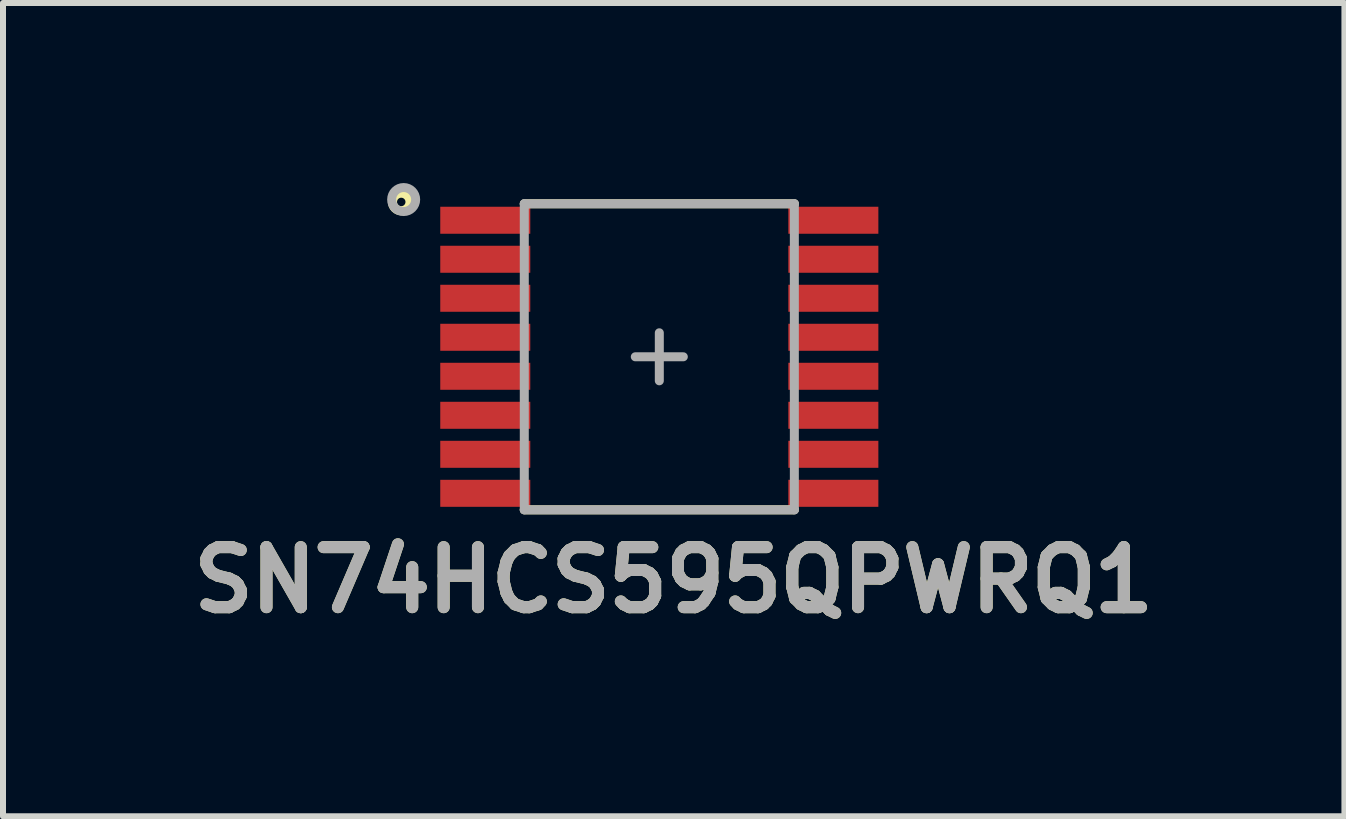
<source format=kicad_pcb>
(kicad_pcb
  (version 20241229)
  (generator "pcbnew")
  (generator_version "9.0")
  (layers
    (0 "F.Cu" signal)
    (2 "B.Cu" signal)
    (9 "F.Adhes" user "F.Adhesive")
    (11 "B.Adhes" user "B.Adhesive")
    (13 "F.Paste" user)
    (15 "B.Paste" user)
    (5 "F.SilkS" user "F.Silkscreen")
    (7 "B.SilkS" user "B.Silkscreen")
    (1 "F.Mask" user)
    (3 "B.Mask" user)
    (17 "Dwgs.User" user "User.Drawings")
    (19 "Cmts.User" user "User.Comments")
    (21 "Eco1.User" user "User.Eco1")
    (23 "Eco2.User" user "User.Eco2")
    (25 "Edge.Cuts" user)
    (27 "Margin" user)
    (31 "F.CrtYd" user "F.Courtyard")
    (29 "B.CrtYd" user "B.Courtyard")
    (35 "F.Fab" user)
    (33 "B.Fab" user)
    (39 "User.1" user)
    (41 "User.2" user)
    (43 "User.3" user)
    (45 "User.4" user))
  (footprint "SN74HCS595QPWRQ1"
    (layer "F.Cu")
    (at 7.936 2.895)
    (property "Reference" "SN74HCS595QPWRQ1" (at 0.24 3.72 0) (layer "F.SilkS") (effects (font (size 1 1) (thickness 0.2))))
    (attr through_hole)
    (fp_line (start -2.25 -2.55) (end 2.25 -2.55) (stroke (width 0.15) (type solid)) (layer "F.SilkS"))
    (fp_line (start -2.25 2.55) (end 2.25 2.55) (stroke (width 0.15) (type solid)) (layer "F.SilkS"))
    (fp_circle (center -4.3 -2.58) (end -4.193 -2.48) (stroke (width 0.152) (type solid)) (fill no) (layer "F.SilkS"))
    (fp_line (start -2.25 -2.55) (end -2.25 2.55) (stroke (width 0.15) (type solid)) (layer "F.Fab"))
    (fp_line (start -2.25 -2.55) (end 2.25 -2.55) (stroke (width 0.15) (type solid)) (layer "F.Fab"))
    (fp_line (start -2.25 2.55) (end 2.25 2.55) (stroke (width 0.15) (type solid)) (layer "F.Fab"))
    (fp_line (start -0.4 0) (end 0.4 0) (stroke (width 0.15) (type solid)) (layer "F.Fab"))
    (fp_line (start 0 -0.4) (end 0 0.4) (stroke (width 0.15) (type solid)) (layer "F.Fab"))
    (fp_line (start 2.25 -2.55) (end 2.25 2.55) (stroke (width 0.15) (type solid)) (layer "F.Fab"))
    (fp_circle (center -4.26 -2.62) (end -4.06 -2.62) (stroke (width 0.15) (type solid)) (fill no) (layer "F.Fab"))
    (fp_text user "${REFERENCE}" (at 0.24 3.72 0) (layer "F.Fab") (effects (font (size 1 1) (thickness 0.2))))
    (pad "1" smd rect (at -2.9 -2.275) (size 1.5 0.45) (layers "F.Cu" "F.Mask" "F.Paste"))
    (pad "2" smd rect (at -2.9 -1.625) (size 1.5 0.45) (layers "F.Cu" "F.Mask" "F.Paste"))
    (pad "3" smd rect (at -2.9 -0.975) (size 1.5 0.45) (layers "F.Cu" "F.Mask" "F.Paste"))
    (pad "4" smd rect (at -2.9 -0.325) (size 1.5 0.45) (layers "F.Cu" "F.Mask" "F.Paste"))
    (pad "5" smd rect (at -2.9 0.325) (size 1.5 0.45) (layers "F.Cu" "F.Mask" "F.Paste"))
    (pad "6" smd rect (at -2.9 0.975) (size 1.5 0.45) (layers "F.Cu" "F.Mask" "F.Paste"))
    (pad "7" smd rect (at -2.9 1.625) (size 1.5 0.45) (layers "F.Cu" "F.Mask" "F.Paste"))
    (pad "8" smd rect (at -2.9 2.275) (size 1.5 0.45) (layers "F.Cu" "F.Mask" "F.Paste"))
    (pad "9" smd rect (at 2.9 2.275) (size 1.5 0.45) (layers "F.Cu" "F.Mask" "F.Paste"))
    (pad "10" smd rect (at 2.9 1.625) (size 1.5 0.45) (layers "F.Cu" "F.Mask" "F.Paste"))
    (pad "11" smd rect (at 2.9 0.975) (size 1.5 0.45) (layers "F.Cu" "F.Mask" "F.Paste"))
    (pad "12" smd rect (at 2.9 0.325) (size 1.5 0.45) (layers "F.Cu" "F.Mask" "F.Paste"))
    (pad "13" smd rect (at 2.9 -0.325) (size 1.5 0.45) (layers "F.Cu" "F.Mask" "F.Paste"))
    (pad "14" smd rect (at 2.9 -0.975) (size 1.5 0.45) (layers "F.Cu" "F.Mask" "F.Paste"))
    (pad "15" smd rect (at 2.9 -1.625) (size 1.5 0.45) (layers "F.Cu" "F.Mask" "F.Paste"))
    (pad "16" smd rect (at 2.9 -2.275) (size 1.5 0.45) (layers "F.Cu" "F.Mask" "F.Paste")))
  (gr_rect
    (start -3 -3)
    (end 19.352 10.551)
    (stroke (width 0.1) (type default))
    (fill no)
    (layer "Edge.Cuts")))
</source>
